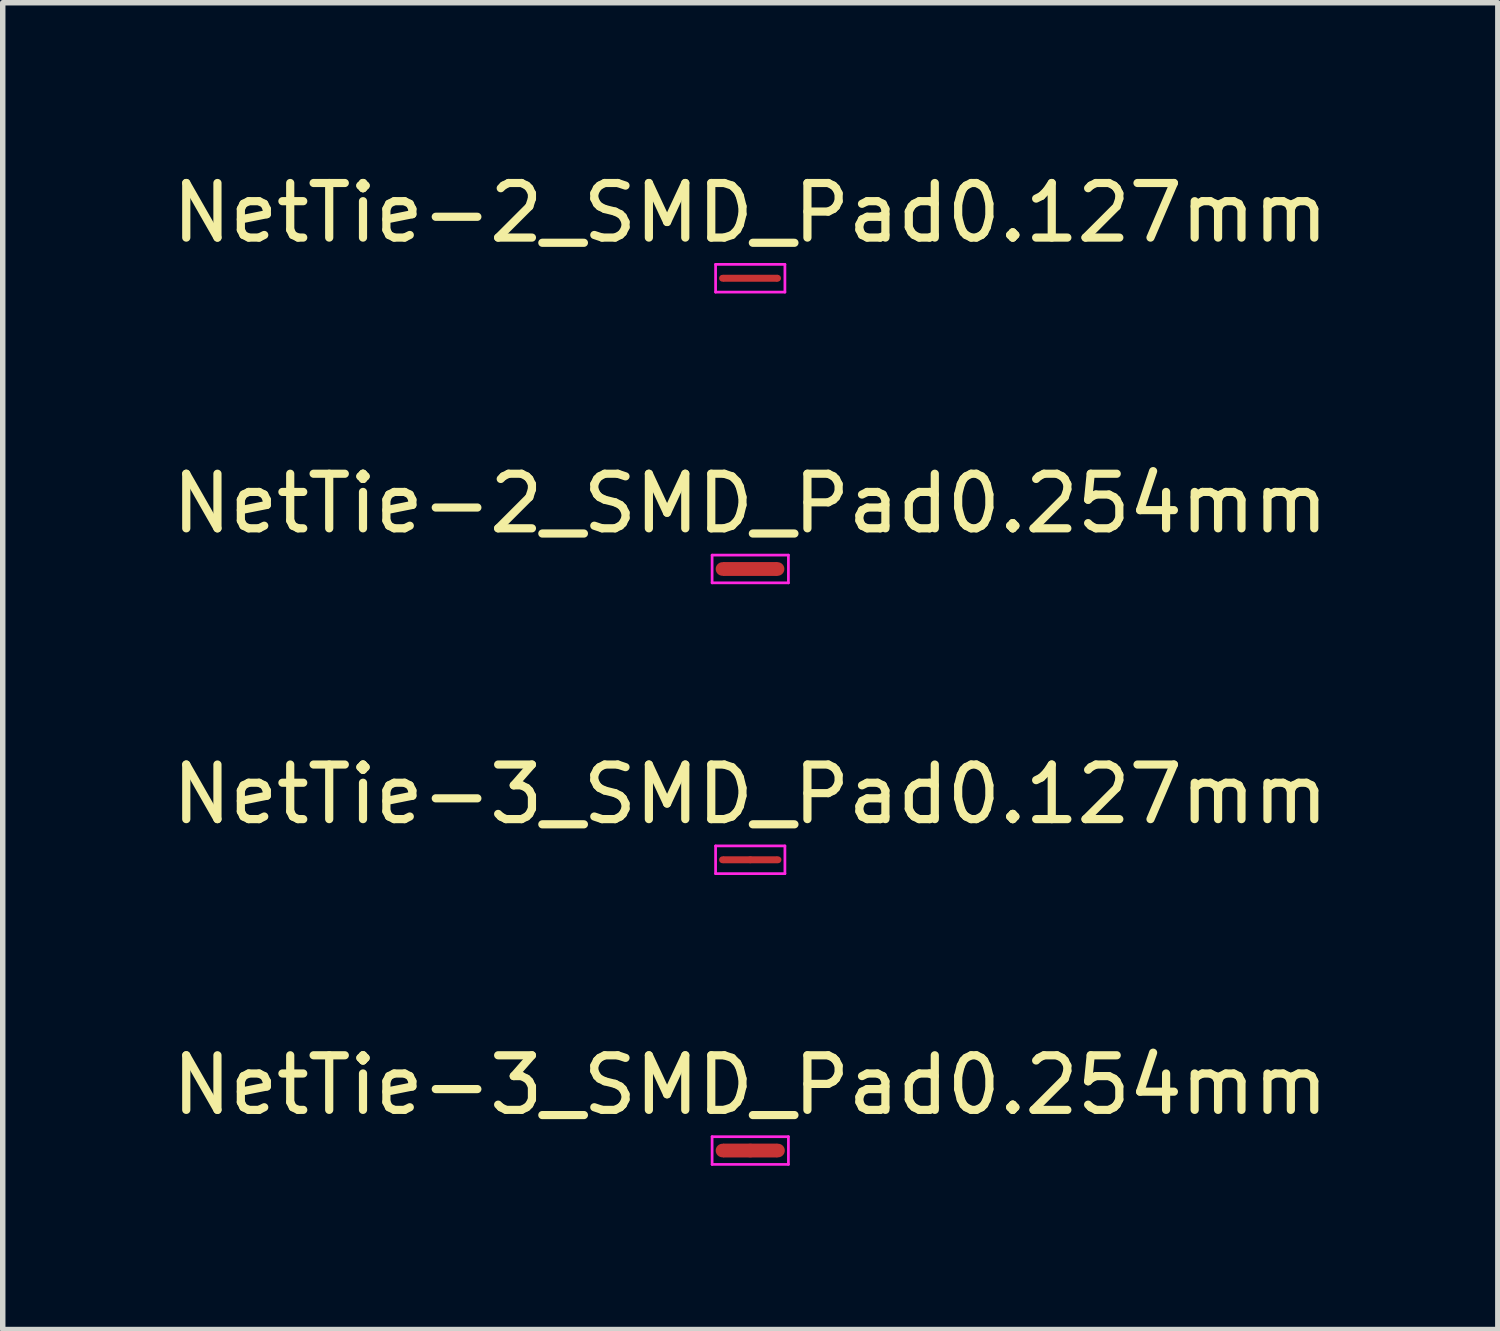
<source format=kicad_pcb>
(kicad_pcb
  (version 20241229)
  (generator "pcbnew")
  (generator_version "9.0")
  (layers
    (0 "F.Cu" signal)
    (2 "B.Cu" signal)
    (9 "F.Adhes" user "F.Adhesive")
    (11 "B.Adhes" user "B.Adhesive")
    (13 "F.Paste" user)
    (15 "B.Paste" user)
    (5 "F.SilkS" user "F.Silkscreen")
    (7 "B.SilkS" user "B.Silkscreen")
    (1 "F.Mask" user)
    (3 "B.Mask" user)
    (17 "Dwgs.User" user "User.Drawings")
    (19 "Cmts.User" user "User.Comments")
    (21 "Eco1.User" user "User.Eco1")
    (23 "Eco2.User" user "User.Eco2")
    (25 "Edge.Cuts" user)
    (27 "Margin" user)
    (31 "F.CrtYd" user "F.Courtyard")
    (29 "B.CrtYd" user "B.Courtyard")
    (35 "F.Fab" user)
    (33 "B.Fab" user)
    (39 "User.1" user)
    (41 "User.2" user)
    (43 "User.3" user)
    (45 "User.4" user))
  (footprint "NetTie-2_SMD_Pad0.127mm"
    (layer "F.Cu")
    (at 10.696 2.048)
    (property "Reference" "NetTie-2_SMD_Pad0.127mm" (at 0 -1.2 0) (layer "F.SilkS") (effects (font (size 1 1) (thickness 0.15))))
    (attr exclude_from_pos_files exclude_from_bom)
    (fp_poly (pts (xy -0.5 -0.064) (xy 0.5 -0.064) (xy 0.5 0.064) (xy -0.5 0.064)) (stroke (width 0) (type solid)) (fill yes) (layer "F.Cu"))
    (fp_line (start -0.635 -0.254) (end -0.635 0.254) (stroke (width 0.05) (type solid)) (layer "F.CrtYd"))
    (fp_line (start -0.635 0.254) (end 0.635 0.254) (stroke (width 0.05) (type solid)) (layer "F.CrtYd"))
    (fp_line (start 0.635 -0.254) (end -0.635 -0.254) (stroke (width 0.05) (type solid)) (layer "F.CrtYd"))
    (fp_line (start 0.635 0.254) (end 0.635 -0.254) (stroke (width 0.05) (type solid)) (layer "F.CrtYd"))
    (pad "1" smd circle (at -0.508 0) (size 0.127 0.127) (layers "F.Cu"))
    (pad "2" smd circle (at 0.5 0) (size 0.127 0.127) (layers "F.Cu")))
  (footprint "NetTie-2_SMD_Pad0.254mm"
    (layer "F.Cu")
    (at 10.696 7.375)
    (property "Reference" "NetTie-2_SMD_Pad0.254mm" (at 0 -1.2 0) (layer "F.SilkS") (effects (font (size 1 1) (thickness 0.15))))
    (attr exclude_from_pos_files exclude_from_bom)
    (fp_poly (pts (xy -0.5 -0.127) (xy 0.5 -0.127) (xy 0.5 0.127) (xy -0.5 0.127)) (stroke (width 0) (type solid)) (fill yes) (layer "F.Cu"))
    (fp_line (start -0.699 -0.254) (end -0.699 0.254) (stroke (width 0.05) (type solid)) (layer "F.CrtYd"))
    (fp_line (start -0.699 0.254) (end 0.699 0.254) (stroke (width 0.05) (type solid)) (layer "F.CrtYd"))
    (fp_line (start 0.699 -0.254) (end -0.699 -0.254) (stroke (width 0.05) (type solid)) (layer "F.CrtYd"))
    (fp_line (start 0.699 0.254) (end 0.699 -0.254) (stroke (width 0.05) (type solid)) (layer "F.CrtYd"))
    (pad "1" smd circle (at -0.508 0) (size 0.25 0.25) (layers "F.Cu"))
    (pad "2" smd circle (at 0.5 0) (size 0.25 0.25) (layers "F.Cu")))
  (footprint "NetTie-3_SMD_Pad0.254mm"
    (layer "F.Cu")
    (at 10.696 18.03)
    (property "Reference" "NetTie-3_SMD_Pad0.254mm" (at 0 -1.2 0) (layer "F.SilkS") (effects (font (size 1 1) (thickness 0.15))))
    (attr exclude_from_pos_files exclude_from_bom)
    (fp_poly (pts (xy -0.5 -0.127) (xy 0.5 -0.127) (xy 0.5 0.127) (xy -0.5 0.127)) (stroke (width 0) (type solid)) (fill yes) (layer "F.Cu"))
    (fp_line (start -0.699 -0.254) (end -0.699 0.254) (stroke (width 0.05) (type solid)) (layer "F.CrtYd"))
    (fp_line (start -0.699 0.254) (end 0.699 0.254) (stroke (width 0.05) (type solid)) (layer "F.CrtYd"))
    (fp_line (start 0.699 -0.254) (end -0.699 -0.254) (stroke (width 0.05) (type solid)) (layer "F.CrtYd"))
    (fp_line (start 0.699 0.254) (end 0.699 -0.254) (stroke (width 0.05) (type solid)) (layer "F.CrtYd"))
    (pad "1" smd circle (at -0.508 0) (size 0.25 0.25) (layers "F.Cu"))
    (pad "2" smd circle (at 0 0) (size 0.25 0.25) (layers "F.Cu"))
    (pad "3" smd circle (at 0.508 0) (size 0.25 0.25) (layers "F.Cu")))
  (footprint "NetTie-3_SMD_Pad0.127mm"
    (layer "F.Cu")
    (at 10.696 12.703)
    (property "Reference" "NetTie-3_SMD_Pad0.127mm" (at 0 -1.2 0) (layer "F.SilkS") (effects (font (size 1 1) (thickness 0.15))))
    (attr exclude_from_pos_files exclude_from_bom)
    (fp_poly (pts (xy -0.5 -0.064) (xy 0.5 -0.064) (xy 0.5 0.064) (xy -0.5 0.064)) (stroke (width 0) (type solid)) (fill yes) (layer "F.Cu"))
    (fp_line (start -0.635 -0.254) (end -0.635 0.254) (stroke (width 0.05) (type solid)) (layer "F.CrtYd"))
    (fp_line (start -0.635 0.254) (end 0.635 0.254) (stroke (width 0.05) (type solid)) (layer "F.CrtYd"))
    (fp_line (start 0.635 -0.254) (end -0.635 -0.254) (stroke (width 0.05) (type solid)) (layer "F.CrtYd"))
    (fp_line (start 0.635 0.254) (end 0.635 -0.254) (stroke (width 0.05) (type solid)) (layer "F.CrtYd"))
    (pad "1" smd circle (at -0.508 0) (size 0.127 0.127) (layers "F.Cu"))
    (pad "2" smd circle (at 0 0) (size 0.127 0.127) (layers "F.Cu"))
    (pad "3" smd circle (at 0.508 0) (size 0.127 0.127) (layers "F.Cu")))
  (gr_rect
    (start -3 -3)
    (end 24.393 21.309)
    (stroke (width 0.1) (type default))
    (fill no)
    (layer "Edge.Cuts")))
</source>
